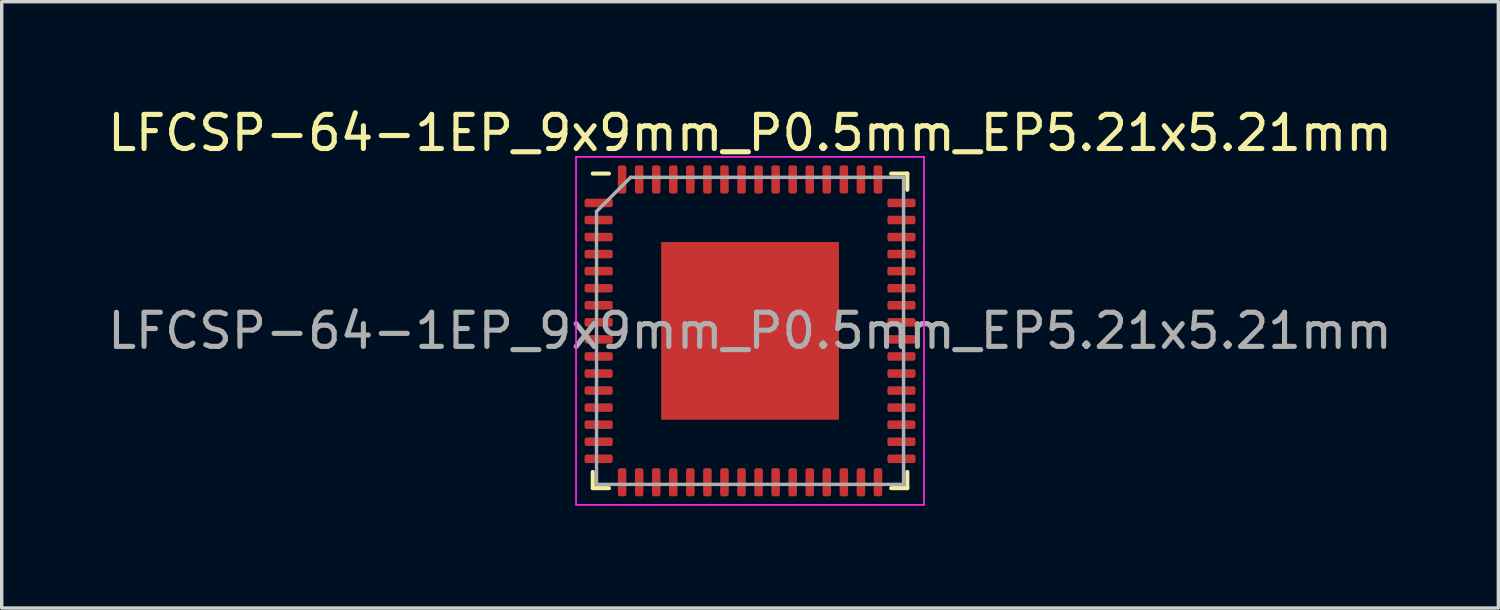
<source format=kicad_pcb>
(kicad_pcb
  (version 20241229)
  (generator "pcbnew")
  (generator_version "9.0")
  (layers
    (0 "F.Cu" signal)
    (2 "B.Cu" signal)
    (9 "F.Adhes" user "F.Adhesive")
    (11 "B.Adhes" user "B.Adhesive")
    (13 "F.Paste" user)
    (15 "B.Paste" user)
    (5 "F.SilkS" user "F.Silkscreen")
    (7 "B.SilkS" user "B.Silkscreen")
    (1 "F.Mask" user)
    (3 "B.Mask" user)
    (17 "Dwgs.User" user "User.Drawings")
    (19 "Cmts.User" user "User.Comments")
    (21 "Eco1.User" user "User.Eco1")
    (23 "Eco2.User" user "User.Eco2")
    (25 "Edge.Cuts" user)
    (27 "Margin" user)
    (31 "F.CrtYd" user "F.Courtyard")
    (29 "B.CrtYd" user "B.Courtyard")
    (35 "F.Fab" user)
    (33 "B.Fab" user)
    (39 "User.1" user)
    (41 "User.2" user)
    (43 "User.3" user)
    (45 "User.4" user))
  (footprint "LFCSP-64-1EP_9x9mm_P0.5mm_EP5.21x5.21mm"
    (layer "F.Cu")
    (at 18.935 6.648)
    (property "Reference" "LFCSP-64-1EP_9x9mm_P0.5mm_EP5.21x5.21mm" (at 0 -5.8 0) (layer "F.SilkS") (effects (font (size 1 1) (thickness 0.15))))
    (attr smd)
    (fp_line (start -4.61 4.61) (end -4.61 4.135) (stroke (width 0.12) (type solid)) (layer "F.SilkS"))
    (fp_line (start -4.135 -4.61) (end -4.61 -4.61) (stroke (width 0.12) (type solid)) (layer "F.SilkS"))
    (fp_line (start -4.135 4.61) (end -4.61 4.61) (stroke (width 0.12) (type solid)) (layer "F.SilkS"))
    (fp_line (start 4.135 -4.61) (end 4.61 -4.61) (stroke (width 0.12) (type solid)) (layer "F.SilkS"))
    (fp_line (start 4.135 4.61) (end 4.61 4.61) (stroke (width 0.12) (type solid)) (layer "F.SilkS"))
    (fp_line (start 4.61 -4.61) (end 4.61 -4.135) (stroke (width 0.12) (type solid)) (layer "F.SilkS"))
    (fp_line (start 4.61 4.61) (end 4.61 4.135) (stroke (width 0.12) (type solid)) (layer "F.SilkS"))
    (fp_line (start -5.1 -5.1) (end -5.1 5.1) (stroke (width 0.05) (type solid)) (layer "F.CrtYd"))
    (fp_line (start -5.1 5.1) (end 5.1 5.1) (stroke (width 0.05) (type solid)) (layer "F.CrtYd"))
    (fp_line (start 5.1 -5.1) (end -5.1 -5.1) (stroke (width 0.05) (type solid)) (layer "F.CrtYd"))
    (fp_line (start 5.1 5.1) (end 5.1 -5.1) (stroke (width 0.05) (type solid)) (layer "F.CrtYd"))
    (fp_line (start -4.5 -3.5) (end -3.5 -4.5) (stroke (width 0.1) (type solid)) (layer "F.Fab"))
    (fp_line (start -4.5 4.5) (end -4.5 -3.5) (stroke (width 0.1) (type solid)) (layer "F.Fab"))
    (fp_line (start -3.5 -4.5) (end 4.5 -4.5) (stroke (width 0.1) (type solid)) (layer "F.Fab"))
    (fp_line (start 4.5 -4.5) (end 4.5 4.5) (stroke (width 0.1) (type solid)) (layer "F.Fab"))
    (fp_line (start 4.5 4.5) (end -4.5 4.5) (stroke (width 0.1) (type solid)) (layer "F.Fab"))
    (fp_text user "${REFERENCE}" (at 0 0 0) (layer "F.Fab") (effects (font (size 1 1) (thickness 0.15))))
    (pad "" smd roundrect (at -1.3 -1.3) (size 2.1 2.1) (layers "F.Paste") (roundrect_rratio 0.119))
    (pad "" smd roundrect (at -1.3 1.3) (size 2.1 2.1) (layers "F.Paste") (roundrect_rratio 0.119))
    (pad "" smd roundrect (at 1.3 -1.3) (size 2.1 2.1) (layers "F.Paste") (roundrect_rratio 0.119))
    (pad "" smd roundrect (at 1.3 1.3) (size 2.1 2.1) (layers "F.Paste") (roundrect_rratio 0.119))
    (pad "1" smd roundrect (at -4.438 -3.75) (size 0.825 0.25) (layers "F.Cu" "F.Mask" "F.Paste") (roundrect_rratio 0.25))
    (pad "2" smd roundrect (at -4.438 -3.25) (size 0.825 0.25) (layers "F.Cu" "F.Mask" "F.Paste") (roundrect_rratio 0.25))
    (pad "3" smd roundrect (at -4.438 -2.75) (size 0.825 0.25) (layers "F.Cu" "F.Mask" "F.Paste") (roundrect_rratio 0.25))
    (pad "4" smd roundrect (at -4.438 -2.25) (size 0.825 0.25) (layers "F.Cu" "F.Mask" "F.Paste") (roundrect_rratio 0.25))
    (pad "5" smd roundrect (at -4.438 -1.75) (size 0.825 0.25) (layers "F.Cu" "F.Mask" "F.Paste") (roundrect_rratio 0.25))
    (pad "6" smd roundrect (at -4.438 -1.25) (size 0.825 0.25) (layers "F.Cu" "F.Mask" "F.Paste") (roundrect_rratio 0.25))
    (pad "7" smd roundrect (at -4.438 -0.75) (size 0.825 0.25) (layers "F.Cu" "F.Mask" "F.Paste") (roundrect_rratio 0.25))
    (pad "8" smd roundrect (at -4.438 -0.25) (size 0.825 0.25) (layers "F.Cu" "F.Mask" "F.Paste") (roundrect_rratio 0.25))
    (pad "9" smd roundrect (at -4.438 0.25) (size 0.825 0.25) (layers "F.Cu" "F.Mask" "F.Paste") (roundrect_rratio 0.25))
    (pad "10" smd roundrect (at -4.438 0.75) (size 0.825 0.25) (layers "F.Cu" "F.Mask" "F.Paste") (roundrect_rratio 0.25))
    (pad "11" smd roundrect (at -4.438 1.25) (size 0.825 0.25) (layers "F.Cu" "F.Mask" "F.Paste") (roundrect_rratio 0.25))
    (pad "12" smd roundrect (at -4.438 1.75) (size 0.825 0.25) (layers "F.Cu" "F.Mask" "F.Paste") (roundrect_rratio 0.25))
    (pad "13" smd roundrect (at -4.438 2.25) (size 0.825 0.25) (layers "F.Cu" "F.Mask" "F.Paste") (roundrect_rratio 0.25))
    (pad "14" smd roundrect (at -4.438 2.75) (size 0.825 0.25) (layers "F.Cu" "F.Mask" "F.Paste") (roundrect_rratio 0.25))
    (pad "15" smd roundrect (at -4.438 3.25) (size 0.825 0.25) (layers "F.Cu" "F.Mask" "F.Paste") (roundrect_rratio 0.25))
    (pad "16" smd roundrect (at -4.438 3.75) (size 0.825 0.25) (layers "F.Cu" "F.Mask" "F.Paste") (roundrect_rratio 0.25))
    (pad "17" smd roundrect (at -3.75 4.438) (size 0.25 0.825) (layers "F.Cu" "F.Mask" "F.Paste") (roundrect_rratio 0.25))
    (pad "18" smd roundrect (at -3.25 4.438) (size 0.25 0.825) (layers "F.Cu" "F.Mask" "F.Paste") (roundrect_rratio 0.25))
    (pad "19" smd roundrect (at -2.75 4.438) (size 0.25 0.825) (layers "F.Cu" "F.Mask" "F.Paste") (roundrect_rratio 0.25))
    (pad "20" smd roundrect (at -2.25 4.438) (size 0.25 0.825) (layers "F.Cu" "F.Mask" "F.Paste") (roundrect_rratio 0.25))
    (pad "21" smd roundrect (at -1.75 4.438) (size 0.25 0.825) (layers "F.Cu" "F.Mask" "F.Paste") (roundrect_rratio 0.25))
    (pad "22" smd roundrect (at -1.25 4.438) (size 0.25 0.825) (layers "F.Cu" "F.Mask" "F.Paste") (roundrect_rratio 0.25))
    (pad "23" smd roundrect (at -0.75 4.438) (size 0.25 0.825) (layers "F.Cu" "F.Mask" "F.Paste") (roundrect_rratio 0.25))
    (pad "24" smd roundrect (at -0.25 4.438) (size 0.25 0.825) (layers "F.Cu" "F.Mask" "F.Paste") (roundrect_rratio 0.25))
    (pad "25" smd roundrect (at 0.25 4.438) (size 0.25 0.825) (layers "F.Cu" "F.Mask" "F.Paste") (roundrect_rratio 0.25))
    (pad "26" smd roundrect (at 0.75 4.438) (size 0.25 0.825) (layers "F.Cu" "F.Mask" "F.Paste") (roundrect_rratio 0.25))
    (pad "27" smd roundrect (at 1.25 4.438) (size 0.25 0.825) (layers "F.Cu" "F.Mask" "F.Paste") (roundrect_rratio 0.25))
    (pad "28" smd roundrect (at 1.75 4.438) (size 0.25 0.825) (layers "F.Cu" "F.Mask" "F.Paste") (roundrect_rratio 0.25))
    (pad "29" smd roundrect (at 2.25 4.438) (size 0.25 0.825) (layers "F.Cu" "F.Mask" "F.Paste") (roundrect_rratio 0.25))
    (pad "30" smd roundrect (at 2.75 4.438) (size 0.25 0.825) (layers "F.Cu" "F.Mask" "F.Paste") (roundrect_rratio 0.25))
    (pad "31" smd roundrect (at 3.25 4.438) (size 0.25 0.825) (layers "F.Cu" "F.Mask" "F.Paste") (roundrect_rratio 0.25))
    (pad "32" smd roundrect (at 3.75 4.438) (size 0.25 0.825) (layers "F.Cu" "F.Mask" "F.Paste") (roundrect_rratio 0.25))
    (pad "33" smd roundrect (at 4.438 3.75) (size 0.825 0.25) (layers "F.Cu" "F.Mask" "F.Paste") (roundrect_rratio 0.25))
    (pad "34" smd roundrect (at 4.438 3.25) (size 0.825 0.25) (layers "F.Cu" "F.Mask" "F.Paste") (roundrect_rratio 0.25))
    (pad "35" smd roundrect (at 4.438 2.75) (size 0.825 0.25) (layers "F.Cu" "F.Mask" "F.Paste") (roundrect_rratio 0.25))
    (pad "36" smd roundrect (at 4.438 2.25) (size 0.825 0.25) (layers "F.Cu" "F.Mask" "F.Paste") (roundrect_rratio 0.25))
    (pad "37" smd roundrect (at 4.438 1.75) (size 0.825 0.25) (layers "F.Cu" "F.Mask" "F.Paste") (roundrect_rratio 0.25))
    (pad "38" smd roundrect (at 4.438 1.25) (size 0.825 0.25) (layers "F.Cu" "F.Mask" "F.Paste") (roundrect_rratio 0.25))
    (pad "39" smd roundrect (at 4.438 0.75) (size 0.825 0.25) (layers "F.Cu" "F.Mask" "F.Paste") (roundrect_rratio 0.25))
    (pad "40" smd roundrect (at 4.438 0.25) (size 0.825 0.25) (layers "F.Cu" "F.Mask" "F.Paste") (roundrect_rratio 0.25))
    (pad "41" smd roundrect (at 4.438 -0.25) (size 0.825 0.25) (layers "F.Cu" "F.Mask" "F.Paste") (roundrect_rratio 0.25))
    (pad "42" smd roundrect (at 4.438 -0.75) (size 0.825 0.25) (layers "F.Cu" "F.Mask" "F.Paste") (roundrect_rratio 0.25))
    (pad "43" smd roundrect (at 4.438 -1.25) (size 0.825 0.25) (layers "F.Cu" "F.Mask" "F.Paste") (roundrect_rratio 0.25))
    (pad "44" smd roundrect (at 4.438 -1.75) (size 0.825 0.25) (layers "F.Cu" "F.Mask" "F.Paste") (roundrect_rratio 0.25))
    (pad "45" smd roundrect (at 4.438 -2.25) (size 0.825 0.25) (layers "F.Cu" "F.Mask" "F.Paste") (roundrect_rratio 0.25))
    (pad "46" smd roundrect (at 4.438 -2.75) (size 0.825 0.25) (layers "F.Cu" "F.Mask" "F.Paste") (roundrect_rratio 0.25))
    (pad "47" smd roundrect (at 4.438 -3.25) (size 0.825 0.25) (layers "F.Cu" "F.Mask" "F.Paste") (roundrect_rratio 0.25))
    (pad "48" smd roundrect (at 4.438 -3.75) (size 0.825 0.25) (layers "F.Cu" "F.Mask" "F.Paste") (roundrect_rratio 0.25))
    (pad "49" smd roundrect (at 3.75 -4.438) (size 0.25 0.825) (layers "F.Cu" "F.Mask" "F.Paste") (roundrect_rratio 0.25))
    (pad "50" smd roundrect (at 3.25 -4.438) (size 0.25 0.825) (layers "F.Cu" "F.Mask" "F.Paste") (roundrect_rratio 0.25))
    (pad "51" smd roundrect (at 2.75 -4.438) (size 0.25 0.825) (layers "F.Cu" "F.Mask" "F.Paste") (roundrect_rratio 0.25))
    (pad "52" smd roundrect (at 2.25 -4.438) (size 0.25 0.825) (layers "F.Cu" "F.Mask" "F.Paste") (roundrect_rratio 0.25))
    (pad "53" smd roundrect (at 1.75 -4.438) (size 0.25 0.825) (layers "F.Cu" "F.Mask" "F.Paste") (roundrect_rratio 0.25))
    (pad "54" smd roundrect (at 1.25 -4.438) (size 0.25 0.825) (layers "F.Cu" "F.Mask" "F.Paste") (roundrect_rratio 0.25))
    (pad "55" smd roundrect (at 0.75 -4.438) (size 0.25 0.825) (layers "F.Cu" "F.Mask" "F.Paste") (roundrect_rratio 0.25))
    (pad "56" smd roundrect (at 0.25 -4.438) (size 0.25 0.825) (layers "F.Cu" "F.Mask" "F.Paste") (roundrect_rratio 0.25))
    (pad "57" smd roundrect (at -0.25 -4.438) (size 0.25 0.825) (layers "F.Cu" "F.Mask" "F.Paste") (roundrect_rratio 0.25))
    (pad "58" smd roundrect (at -0.75 -4.438) (size 0.25 0.825) (layers "F.Cu" "F.Mask" "F.Paste") (roundrect_rratio 0.25))
    (pad "59" smd roundrect (at -1.25 -4.438) (size 0.25 0.825) (layers "F.Cu" "F.Mask" "F.Paste") (roundrect_rratio 0.25))
    (pad "60" smd roundrect (at -1.75 -4.438) (size 0.25 0.825) (layers "F.Cu" "F.Mask" "F.Paste") (roundrect_rratio 0.25))
    (pad "61" smd roundrect (at -2.25 -4.438) (size 0.25 0.825) (layers "F.Cu" "F.Mask" "F.Paste") (roundrect_rratio 0.25))
    (pad "62" smd roundrect (at -2.75 -4.438) (size 0.25 0.825) (layers "F.Cu" "F.Mask" "F.Paste") (roundrect_rratio 0.25))
    (pad "63" smd roundrect (at -3.25 -4.438) (size 0.25 0.825) (layers "F.Cu" "F.Mask" "F.Paste") (roundrect_rratio 0.25))
    (pad "64" smd roundrect (at -3.75 -4.438) (size 0.25 0.825) (layers "F.Cu" "F.Mask" "F.Paste") (roundrect_rratio 0.25))
    (pad "65" smd rect (at 0 0) (size 5.21 5.21) (layers "F.Cu" "F.Mask")))
  (gr_rect
    (start -3 -3)
    (end 40.869 14.773)
    (stroke (width 0.1) (type default))
    (fill no)
    (layer "Edge.Cuts")))
</source>
